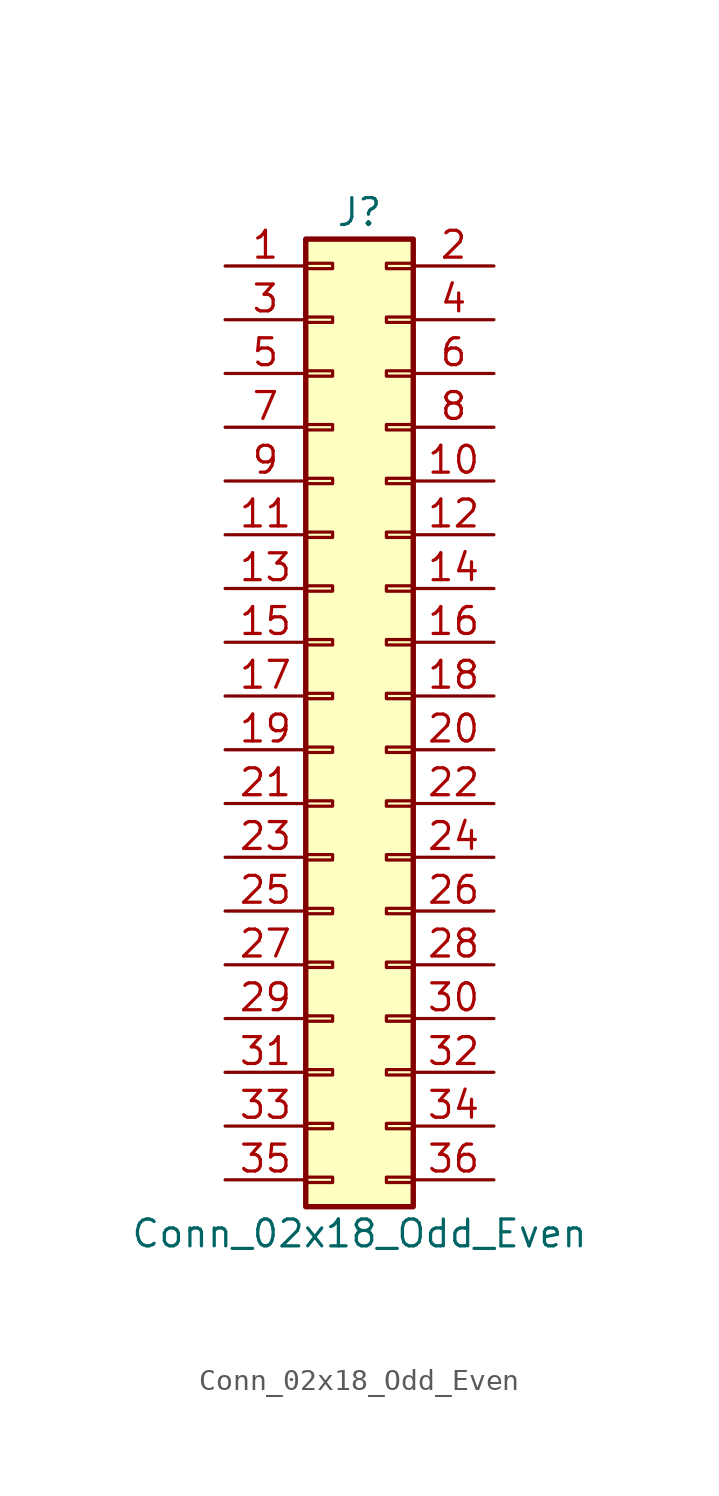
<source format=kicad_sym>
(kicad_symbol_lib
  (version 20241209)
  (generator "kicad_symbol_editor")
  (generator_version "9.0")
  (symbol "Conn_02x18_Odd_Even"
    (pin_names
      (offset 1.016)
      (hide yes))
    (property "Reference" "J"
      (at 1.27 22.86 0)
      (effects (font (size 1.27 1.27))))
    (property "Value" "Conn_02x18_Odd_Even"
      (at 1.27 -25.4 0)
      (effects (font (size 1.27 1.27))))
    (symbol "Conn_02x18_Odd_Even_1_1"
      (rectangle (start -1.27 21.59) (end 3.81 -24.13) (stroke (width 0.254) (type default)) (fill (type background)))
      (rectangle (start -1.27 20.447) (end 0 20.193) (stroke (width 0.152) (type default)) (fill (type none)))
      (rectangle (start -1.27 17.907) (end 0 17.653) (stroke (width 0.152) (type default)) (fill (type none)))
      (rectangle (start -1.27 15.367) (end 0 15.113) (stroke (width 0.152) (type default)) (fill (type none)))
      (rectangle (start -1.27 12.827) (end 0 12.573) (stroke (width 0.152) (type default)) (fill (type none)))
      (rectangle (start -1.27 10.287) (end 0 10.033) (stroke (width 0.152) (type default)) (fill (type none)))
      (rectangle (start -1.27 7.747) (end 0 7.493) (stroke (width 0.152) (type default)) (fill (type none)))
      (rectangle (start -1.27 5.207) (end 0 4.953) (stroke (width 0.152) (type default)) (fill (type none)))
      (rectangle (start -1.27 2.667) (end 0 2.413) (stroke (width 0.152) (type default)) (fill (type none)))
      (rectangle (start -1.27 0.127) (end 0 -0.127) (stroke (width 0.152) (type default)) (fill (type none)))
      (rectangle (start -1.27 -2.413) (end 0 -2.667) (stroke (width 0.152) (type default)) (fill (type none)))
      (rectangle (start -1.27 -4.953) (end 0 -5.207) (stroke (width 0.152) (type default)) (fill (type none)))
      (rectangle (start -1.27 -7.493) (end 0 -7.747) (stroke (width 0.152) (type default)) (fill (type none)))
      (rectangle (start -1.27 -10.033) (end 0 -10.287) (stroke (width 0.152) (type default)) (fill (type none)))
      (rectangle (start -1.27 -12.573) (end 0 -12.827) (stroke (width 0.152) (type default)) (fill (type none)))
      (rectangle (start -1.27 -15.113) (end 0 -15.367) (stroke (width 0.152) (type default)) (fill (type none)))
      (rectangle (start -1.27 -17.653) (end 0 -17.907) (stroke (width 0.152) (type default)) (fill (type none)))
      (rectangle (start -1.27 -20.193) (end 0 -20.447) (stroke (width 0.152) (type default)) (fill (type none)))
      (rectangle (start -1.27 -22.733) (end 0 -22.987) (stroke (width 0.152) (type default)) (fill (type none)))
      (rectangle (start 3.81 20.447) (end 2.54 20.193) (stroke (width 0.152) (type default)) (fill (type none)))
      (rectangle (start 3.81 17.907) (end 2.54 17.653) (stroke (width 0.152) (type default)) (fill (type none)))
      (rectangle (start 3.81 15.367) (end 2.54 15.113) (stroke (width 0.152) (type default)) (fill (type none)))
      (rectangle (start 3.81 12.827) (end 2.54 12.573) (stroke (width 0.152) (type default)) (fill (type none)))
      (rectangle (start 3.81 10.287) (end 2.54 10.033) (stroke (width 0.152) (type default)) (fill (type none)))
      (rectangle (start 3.81 7.747) (end 2.54 7.493) (stroke (width 0.152) (type default)) (fill (type none)))
      (rectangle (start 3.81 5.207) (end 2.54 4.953) (stroke (width 0.152) (type default)) (fill (type none)))
      (rectangle (start 3.81 2.667) (end 2.54 2.413) (stroke (width 0.152) (type default)) (fill (type none)))
      (rectangle (start 3.81 0.127) (end 2.54 -0.127) (stroke (width 0.152) (type default)) (fill (type none)))
      (rectangle (start 3.81 -2.413) (end 2.54 -2.667) (stroke (width 0.152) (type default)) (fill (type none)))
      (rectangle (start 3.81 -4.953) (end 2.54 -5.207) (stroke (width 0.152) (type default)) (fill (type none)))
      (rectangle (start 3.81 -7.493) (end 2.54 -7.747) (stroke (width 0.152) (type default)) (fill (type none)))
      (rectangle (start 3.81 -10.033) (end 2.54 -10.287) (stroke (width 0.152) (type default)) (fill (type none)))
      (rectangle (start 3.81 -12.573) (end 2.54 -12.827) (stroke (width 0.152) (type default)) (fill (type none)))
      (rectangle (start 3.81 -15.113) (end 2.54 -15.367) (stroke (width 0.152) (type default)) (fill (type none)))
      (rectangle (start 3.81 -17.653) (end 2.54 -17.907) (stroke (width 0.152) (type default)) (fill (type none)))
      (rectangle (start 3.81 -20.193) (end 2.54 -20.447) (stroke (width 0.152) (type default)) (fill (type none)))
      (rectangle (start 3.81 -22.733) (end 2.54 -22.987) (stroke (width 0.152) (type default)) (fill (type none)))
      (pin passive line (at -5.08 20.32 0) (length 3.81) (name "Pin_1" (effects (font (size 1.27 1.27)))) (number "1" (effects (font (size 1.27 1.27)))))
      (pin passive line (at -5.08 17.78 0) (length 3.81) (name "Pin_3" (effects (font (size 1.27 1.27)))) (number "3" (effects (font (size 1.27 1.27)))))
      (pin passive line (at -5.08 15.24 0) (length 3.81) (name "Pin_5" (effects (font (size 1.27 1.27)))) (number "5" (effects (font (size 1.27 1.27)))))
      (pin passive line (at -5.08 12.7 0) (length 3.81) (name "Pin_7" (effects (font (size 1.27 1.27)))) (number "7" (effects (font (size 1.27 1.27)))))
      (pin passive line (at -5.08 10.16 0) (length 3.81) (name "Pin_9" (effects (font (size 1.27 1.27)))) (number "9" (effects (font (size 1.27 1.27)))))
      (pin passive line (at -5.08 7.62 0) (length 3.81) (name "Pin_11" (effects (font (size 1.27 1.27)))) (number "11" (effects (font (size 1.27 1.27)))))
      (pin passive line (at -5.08 5.08 0) (length 3.81) (name "Pin_13" (effects (font (size 1.27 1.27)))) (number "13" (effects (font (size 1.27 1.27)))))
      (pin passive line (at -5.08 2.54 0) (length 3.81) (name "Pin_15" (effects (font (size 1.27 1.27)))) (number "15" (effects (font (size 1.27 1.27)))))
      (pin passive line (at -5.08 0 0) (length 3.81) (name "Pin_17" (effects (font (size 1.27 1.27)))) (number "17" (effects (font (size 1.27 1.27)))))
      (pin passive line (at -5.08 -2.54 0) (length 3.81) (name "Pin_19" (effects (font (size 1.27 1.27)))) (number "19" (effects (font (size 1.27 1.27)))))
      (pin passive line (at -5.08 -5.08 0) (length 3.81) (name "Pin_21" (effects (font (size 1.27 1.27)))) (number "21" (effects (font (size 1.27 1.27)))))
      (pin passive line (at -5.08 -7.62 0) (length 3.81) (name "Pin_23" (effects (font (size 1.27 1.27)))) (number "23" (effects (font (size 1.27 1.27)))))
      (pin passive line (at -5.08 -10.16 0) (length 3.81) (name "Pin_25" (effects (font (size 1.27 1.27)))) (number "25" (effects (font (size 1.27 1.27)))))
      (pin passive line (at -5.08 -12.7 0) (length 3.81) (name "Pin_27" (effects (font (size 1.27 1.27)))) (number "27" (effects (font (size 1.27 1.27)))))
      (pin passive line (at -5.08 -15.24 0) (length 3.81) (name "Pin_29" (effects (font (size 1.27 1.27)))) (number "29" (effects (font (size 1.27 1.27)))))
      (pin passive line (at -5.08 -17.78 0) (length 3.81) (name "Pin_31" (effects (font (size 1.27 1.27)))) (number "31" (effects (font (size 1.27 1.27)))))
      (pin passive line (at -5.08 -20.32 0) (length 3.81) (name "Pin_33" (effects (font (size 1.27 1.27)))) (number "33" (effects (font (size 1.27 1.27)))))
      (pin passive line (at -5.08 -22.86 0) (length 3.81) (name "Pin_35" (effects (font (size 1.27 1.27)))) (number "35" (effects (font (size 1.27 1.27)))))
      (pin passive line (at 7.62 20.32 180) (length 3.81) (name "Pin_2" (effects (font (size 1.27 1.27)))) (number "2" (effects (font (size 1.27 1.27)))))
      (pin passive line (at 7.62 17.78 180) (length 3.81) (name "Pin_4" (effects (font (size 1.27 1.27)))) (number "4" (effects (font (size 1.27 1.27)))))
      (pin passive line (at 7.62 15.24 180) (length 3.81) (name "Pin_6" (effects (font (size 1.27 1.27)))) (number "6" (effects (font (size 1.27 1.27)))))
      (pin passive line (at 7.62 12.7 180) (length 3.81) (name "Pin_8" (effects (font (size 1.27 1.27)))) (number "8" (effects (font (size 1.27 1.27)))))
      (pin passive line (at 7.62 10.16 180) (length 3.81) (name "Pin_10" (effects (font (size 1.27 1.27)))) (number "10" (effects (font (size 1.27 1.27)))))
      (pin passive line (at 7.62 7.62 180) (length 3.81) (name "Pin_12" (effects (font (size 1.27 1.27)))) (number "12" (effects (font (size 1.27 1.27)))))
      (pin passive line (at 7.62 5.08 180) (length 3.81) (name "Pin_14" (effects (font (size 1.27 1.27)))) (number "14" (effects (font (size 1.27 1.27)))))
      (pin passive line (at 7.62 2.54 180) (length 3.81) (name "Pin_16" (effects (font (size 1.27 1.27)))) (number "16" (effects (font (size 1.27 1.27)))))
      (pin passive line (at 7.62 0 180) (length 3.81) (name "Pin_18" (effects (font (size 1.27 1.27)))) (number "18" (effects (font (size 1.27 1.27)))))
      (pin passive line (at 7.62 -2.54 180) (length 3.81) (name "Pin_20" (effects (font (size 1.27 1.27)))) (number "20" (effects (font (size 1.27 1.27)))))
      (pin passive line (at 7.62 -5.08 180) (length 3.81) (name "Pin_22" (effects (font (size 1.27 1.27)))) (number "22" (effects (font (size 1.27 1.27)))))
      (pin passive line (at 7.62 -7.62 180) (length 3.81) (name "Pin_24" (effects (font (size 1.27 1.27)))) (number "24" (effects (font (size 1.27 1.27)))))
      (pin passive line (at 7.62 -10.16 180) (length 3.81) (name "Pin_26" (effects (font (size 1.27 1.27)))) (number "26" (effects (font (size 1.27 1.27)))))
      (pin passive line (at 7.62 -12.7 180) (length 3.81) (name "Pin_28" (effects (font (size 1.27 1.27)))) (number "28" (effects (font (size 1.27 1.27)))))
      (pin passive line (at 7.62 -15.24 180) (length 3.81) (name "Pin_30" (effects (font (size 1.27 1.27)))) (number "30" (effects (font (size 1.27 1.27)))))
      (pin passive line (at 7.62 -17.78 180) (length 3.81) (name "Pin_32" (effects (font (size 1.27 1.27)))) (number "32" (effects (font (size 1.27 1.27)))))
      (pin passive line (at 7.62 -20.32 180) (length 3.81) (name "Pin_34" (effects (font (size 1.27 1.27)))) (number "34" (effects (font (size 1.27 1.27)))))
      (pin passive line (at 7.62 -22.86 180) (length 3.81) (name "Pin_36" (effects (font (size 1.27 1.27)))) (number "36" (effects (font (size 1.27 1.27))))))))
</source>
